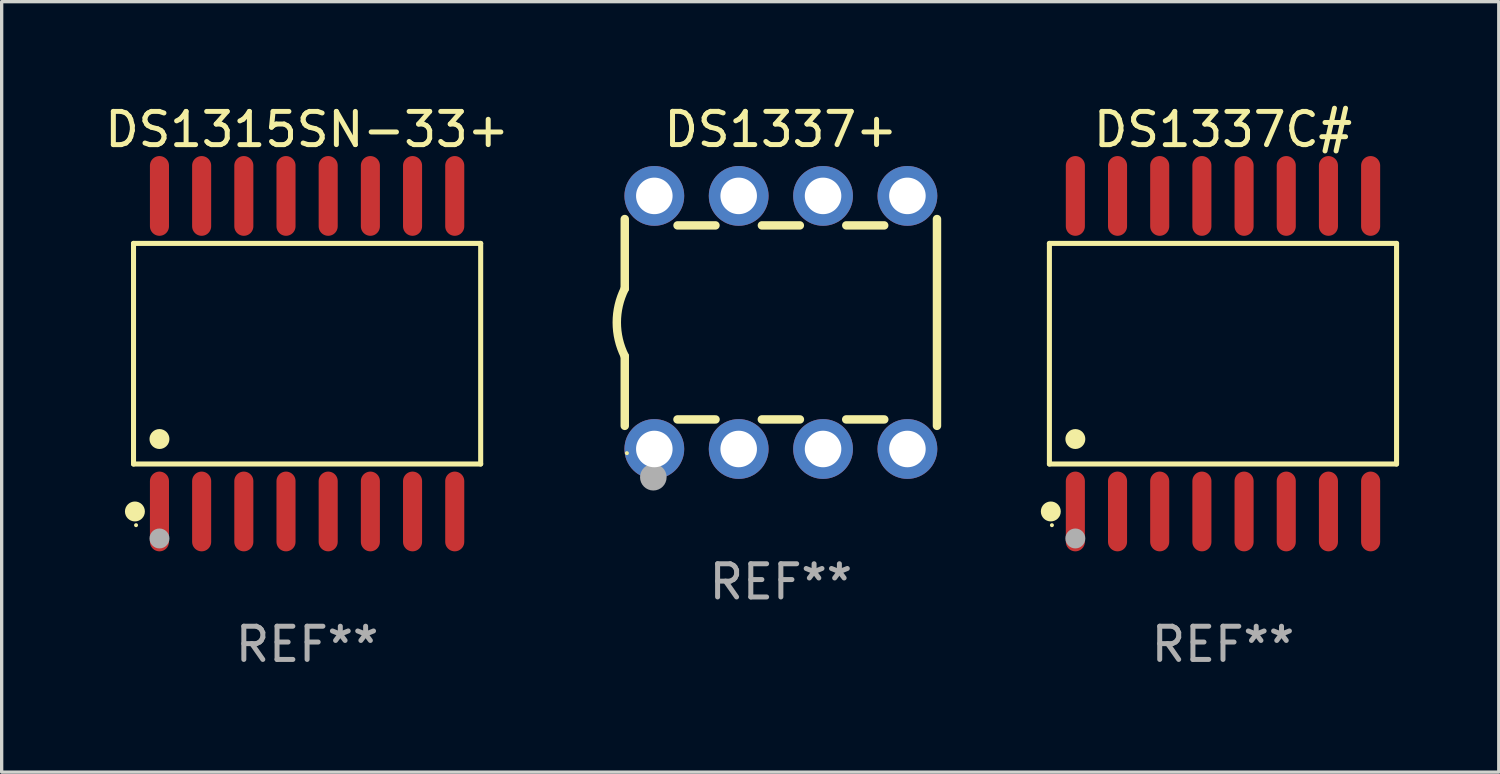
<source format=kicad_pcb>
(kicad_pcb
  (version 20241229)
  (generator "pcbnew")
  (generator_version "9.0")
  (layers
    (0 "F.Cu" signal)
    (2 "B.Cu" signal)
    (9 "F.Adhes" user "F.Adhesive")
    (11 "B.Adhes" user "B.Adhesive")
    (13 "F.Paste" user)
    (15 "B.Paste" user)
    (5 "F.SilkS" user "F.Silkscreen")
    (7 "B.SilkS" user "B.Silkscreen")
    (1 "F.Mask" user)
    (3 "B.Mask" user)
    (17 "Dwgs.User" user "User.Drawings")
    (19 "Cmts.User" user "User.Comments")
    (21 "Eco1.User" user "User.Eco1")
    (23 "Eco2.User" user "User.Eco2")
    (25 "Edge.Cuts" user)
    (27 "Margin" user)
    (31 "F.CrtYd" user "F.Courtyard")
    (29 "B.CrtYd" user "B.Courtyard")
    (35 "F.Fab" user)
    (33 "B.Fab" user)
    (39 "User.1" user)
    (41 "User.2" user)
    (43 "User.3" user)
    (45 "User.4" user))
  (footprint "DS1337C#"
    (layer "F.Cu")
    (at 33.771 7.599)
    (property "Reference" "DS1337C#" (at 0 -6.75 0) (layer "F.SilkS") (effects (font (size 1 1) (thickness 0.15))))
    (attr through_hole)
    (fp_line (start -5.226 -3.321) (end 5.226 -3.321) (stroke (width 0.152) (type solid)) (layer "F.SilkS"))
    (fp_line (start -5.226 3.321) (end -5.226 -3.321) (stroke (width 0.152) (type solid)) (layer "F.SilkS"))
    (fp_line (start 5.226 -3.321) (end 5.226 3.321) (stroke (width 0.152) (type solid)) (layer "F.SilkS"))
    (fp_line (start 5.226 3.321) (end -5.226 3.321) (stroke (width 0.152) (type solid)) (layer "F.SilkS"))
    (fp_circle (center -5.184 4.75) (end -5.034 4.75) (stroke (width 0.3) (type solid)) (fill no) (layer "F.SilkS"))
    (fp_circle (center -5.15 5.163) (end -5.12 5.163) (stroke (width 0.06) (type solid)) (fill no) (layer "F.SilkS"))
    (fp_circle (center -4.445 2.569) (end -4.295 2.569) (stroke (width 0.3) (type solid)) (fill no) (layer "F.SilkS"))
    (fp_circle (center -4.445 5.563) (end -4.295 5.563) (stroke (width 0.3) (type solid)) (fill no) (layer "F.Fab"))
    (fp_text user "REF**" (at 0 8.75 0) (layer "F.Fab") (effects (font (size 1 1) (thickness 0.15))))
    (pad "1" smd oval (at -4.445 4.75) (size 0.574 2.401) (layers "F.Cu" "F.Mask" "F.Paste"))
    (pad "2" smd oval (at -3.175 4.75) (size 0.574 2.401) (layers "F.Cu" "F.Mask" "F.Paste"))
    (pad "3" smd oval (at -1.905 4.75) (size 0.574 2.401) (layers "F.Cu" "F.Mask" "F.Paste"))
    (pad "4" smd oval (at -0.635 4.75) (size 0.574 2.401) (layers "F.Cu" "F.Mask" "F.Paste"))
    (pad "5" smd oval (at 0.635 4.75) (size 0.574 2.401) (layers "F.Cu" "F.Mask" "F.Paste"))
    (pad "6" smd oval (at 1.905 4.75) (size 0.574 2.401) (layers "F.Cu" "F.Mask" "F.Paste"))
    (pad "7" smd oval (at 3.175 4.75) (size 0.574 2.401) (layers "F.Cu" "F.Mask" "F.Paste"))
    (pad "8" smd oval (at 4.445 4.75) (size 0.574 2.401) (layers "F.Cu" "F.Mask" "F.Paste"))
    (pad "9" smd oval (at 4.445 -4.75) (size 0.574 2.401) (layers "F.Cu" "F.Mask" "F.Paste"))
    (pad "10" smd oval (at 3.175 -4.75) (size 0.574 2.401) (layers "F.Cu" "F.Mask" "F.Paste"))
    (pad "11" smd oval (at 1.905 -4.75) (size 0.574 2.401) (layers "F.Cu" "F.Mask" "F.Paste"))
    (pad "12" smd oval (at 0.635 -4.75) (size 0.574 2.401) (layers "F.Cu" "F.Mask" "F.Paste"))
    (pad "13" smd oval (at -0.635 -4.75) (size 0.574 2.401) (layers "F.Cu" "F.Mask" "F.Paste"))
    (pad "14" smd oval (at -1.905 -4.75) (size 0.574 2.401) (layers "F.Cu" "F.Mask" "F.Paste"))
    (pad "15" smd oval (at -3.175 -4.75) (size 0.574 2.401) (layers "F.Cu" "F.Mask" "F.Paste"))
    (pad "16" smd oval (at -4.445 -4.75) (size 0.574 2.401) (layers "F.Cu" "F.Mask" "F.Paste")))
  (footprint "DS1315SN-33+"
    (layer "F.Cu")
    (at 6.196 7.599)
    (property "Reference" "DS1315SN-33+" (at 0 -6.75 0) (layer "F.SilkS") (effects (font (size 1 1) (thickness 0.15))))
    (attr through_hole)
    (fp_line (start -5.226 -3.321) (end 5.226 -3.321) (stroke (width 0.152) (type solid)) (layer "F.SilkS"))
    (fp_line (start -5.226 3.321) (end -5.226 -3.321) (stroke (width 0.152) (type solid)) (layer "F.SilkS"))
    (fp_line (start 5.226 -3.321) (end 5.226 3.321) (stroke (width 0.152) (type solid)) (layer "F.SilkS"))
    (fp_line (start 5.226 3.321) (end -5.226 3.321) (stroke (width 0.152) (type solid)) (layer "F.SilkS"))
    (fp_circle (center -5.184 4.75) (end -5.034 4.75) (stroke (width 0.3) (type solid)) (fill no) (layer "F.SilkS"))
    (fp_circle (center -5.15 5.163) (end -5.12 5.163) (stroke (width 0.06) (type solid)) (fill no) (layer "F.SilkS"))
    (fp_circle (center -4.445 2.569) (end -4.295 2.569) (stroke (width 0.3) (type solid)) (fill no) (layer "F.SilkS"))
    (fp_circle (center -4.445 5.563) (end -4.295 5.563) (stroke (width 0.3) (type solid)) (fill no) (layer "F.Fab"))
    (fp_text user "REF**" (at 0 8.75 0) (layer "F.Fab") (effects (font (size 1 1) (thickness 0.15))))
    (pad "1" smd oval (at -4.445 4.75) (size 0.574 2.401) (layers "F.Cu" "F.Mask" "F.Paste"))
    (pad "2" smd oval (at -3.175 4.75) (size 0.574 2.401) (layers "F.Cu" "F.Mask" "F.Paste"))
    (pad "3" smd oval (at -1.905 4.75) (size 0.574 2.401) (layers "F.Cu" "F.Mask" "F.Paste"))
    (pad "4" smd oval (at -0.635 4.75) (size 0.574 2.401) (layers "F.Cu" "F.Mask" "F.Paste"))
    (pad "5" smd oval (at 0.635 4.75) (size 0.574 2.401) (layers "F.Cu" "F.Mask" "F.Paste"))
    (pad "6" smd oval (at 1.905 4.75) (size 0.574 2.401) (layers "F.Cu" "F.Mask" "F.Paste"))
    (pad "7" smd oval (at 3.175 4.75) (size 0.574 2.401) (layers "F.Cu" "F.Mask" "F.Paste"))
    (pad "8" smd oval (at 4.445 4.75) (size 0.574 2.401) (layers "F.Cu" "F.Mask" "F.Paste"))
    (pad "9" smd oval (at 4.445 -4.75) (size 0.574 2.401) (layers "F.Cu" "F.Mask" "F.Paste"))
    (pad "10" smd oval (at 3.175 -4.75) (size 0.574 2.401) (layers "F.Cu" "F.Mask" "F.Paste"))
    (pad "11" smd oval (at 1.905 -4.75) (size 0.574 2.401) (layers "F.Cu" "F.Mask" "F.Paste"))
    (pad "12" smd oval (at 0.635 -4.75) (size 0.574 2.401) (layers "F.Cu" "F.Mask" "F.Paste"))
    (pad "13" smd oval (at -0.635 -4.75) (size 0.574 2.401) (layers "F.Cu" "F.Mask" "F.Paste"))
    (pad "14" smd oval (at -1.905 -4.75) (size 0.574 2.401) (layers "F.Cu" "F.Mask" "F.Paste"))
    (pad "15" smd oval (at -3.175 -4.75) (size 0.574 2.401) (layers "F.Cu" "F.Mask" "F.Paste"))
    (pad "16" smd oval (at -4.445 -4.75) (size 0.574 2.401) (layers "F.Cu" "F.Mask" "F.Paste")))
  (footprint "DS1337+"
    (layer "F.Cu")
    (at 20.46 6.658)
    (property "Reference" "DS1337+" (at 0 -5.81 0) (layer "F.SilkS") (effects (font (size 1 1) (thickness 0.15))))
    (attr through_hole)
    (fp_line (start -4.7 -1.017) (end -4.7 -3.113) (stroke (width 0.254) (type solid)) (layer "F.SilkS"))
    (fp_line (start -4.7 1.015) (end -4.7 3.113) (stroke (width 0.254) (type solid)) (layer "F.SilkS"))
    (fp_line (start -3.113 2.92) (end -1.967 2.92) (stroke (width 0.254) (type solid)) (layer "F.SilkS"))
    (fp_line (start -3.111 -2.922) (end -1.969 -2.922) (stroke (width 0.254) (type solid)) (layer "F.SilkS"))
    (fp_line (start -0.573 2.92) (end 0.573 2.92) (stroke (width 0.254) (type solid)) (layer "F.SilkS"))
    (fp_line (start -0.571 -2.922) (end 0.571 -2.922) (stroke (width 0.254) (type solid)) (layer "F.SilkS"))
    (fp_line (start 1.967 2.92) (end 3.113 2.92) (stroke (width 0.254) (type solid)) (layer "F.SilkS"))
    (fp_line (start 1.969 -2.922) (end 3.111 -2.922) (stroke (width 0.254) (type solid)) (layer "F.SilkS"))
    (fp_line (start 4.7 -3.113) (end 4.7 3.113) (stroke (width 0.254) (type solid)) (layer "F.SilkS"))
    (fp_arc (start -4.7 1.01524) (mid -4.939846 -0.000762) (end -4.7 -1.016764) (stroke (width 0.254001) (type solid)) (layer "F.SilkS"))
    (fp_circle (center -4.636 3.935) (end -4.606 3.935) (stroke (width 0.06) (type solid)) (fill no) (layer "F.SilkS"))
    (fp_circle (center -3.84 4.66) (end -3.64 4.66) (stroke (width 0.4) (type solid)) (fill no) (layer "F.Fab"))
    (fp_text user "REF**" (at 0 7.81 0) (layer "F.Fab") (effects (font (size 1 1) (thickness 0.15))))
    (pad "1" thru_hole circle (at -3.81 3.81) (size 1.8 1.8) (drill 1.1) (layers "*.Cu" "*.Mask"))
    (pad "2" thru_hole circle (at -1.27 3.81) (size 1.8 1.8) (drill 1.1) (layers "*.Cu" "*.Mask"))
    (pad "3" thru_hole circle (at 1.27 3.81) (size 1.8 1.8) (drill 1.1) (layers "*.Cu" "*.Mask"))
    (pad "4" thru_hole circle (at 3.81 3.81) (size 1.8 1.8) (drill 1.1) (layers "*.Cu" "*.Mask"))
    (pad "5" thru_hole circle (at 3.81 -3.81) (size 1.8 1.8) (drill 1.1) (layers "*.Cu" "*.Mask"))
    (pad "6" thru_hole circle (at 1.27 -3.81) (size 1.8 1.8) (drill 1.1) (layers "*.Cu" "*.Mask"))
    (pad "7" thru_hole circle (at -1.27 -3.81) (size 1.8 1.8) (drill 1.1) (layers "*.Cu" "*.Mask"))
    (pad "8" thru_hole circle (at -3.81 -3.81) (size 1.8 1.8) (drill 1.1) (layers "*.Cu" "*.Mask")))
  (gr_rect
    (start -3 -3)
    (end 42.074 20.197)
    (stroke (width 0.1) (type default))
    (fill no)
    (layer "Edge.Cuts")))
</source>
